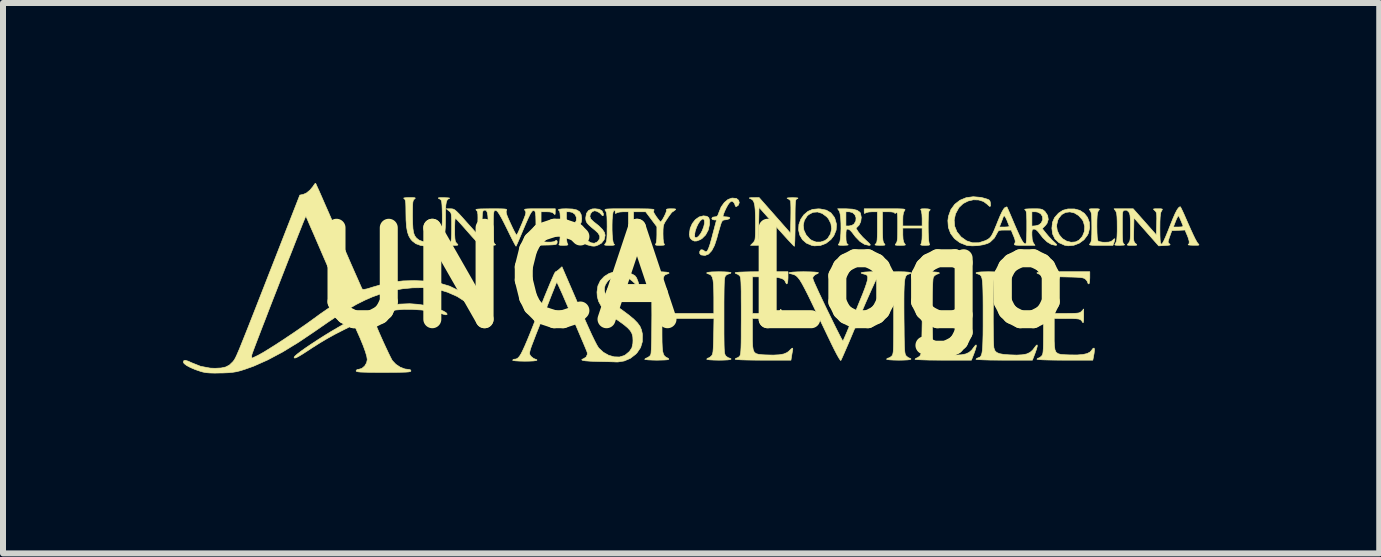
<source format=kicad_pcb>
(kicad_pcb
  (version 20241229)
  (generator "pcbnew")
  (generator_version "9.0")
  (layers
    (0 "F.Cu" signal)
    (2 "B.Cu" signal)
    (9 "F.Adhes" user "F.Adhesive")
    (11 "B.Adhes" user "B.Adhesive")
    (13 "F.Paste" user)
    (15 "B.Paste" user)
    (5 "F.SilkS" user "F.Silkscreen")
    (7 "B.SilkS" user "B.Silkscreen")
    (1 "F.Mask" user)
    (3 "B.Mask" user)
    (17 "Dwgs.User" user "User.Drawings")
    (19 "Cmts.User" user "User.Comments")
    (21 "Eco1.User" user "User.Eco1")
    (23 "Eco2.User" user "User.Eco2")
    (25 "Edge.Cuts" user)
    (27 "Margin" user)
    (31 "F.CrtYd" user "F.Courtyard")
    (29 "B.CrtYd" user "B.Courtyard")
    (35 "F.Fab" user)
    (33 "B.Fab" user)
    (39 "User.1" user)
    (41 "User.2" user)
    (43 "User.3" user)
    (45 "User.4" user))
  (footprint "UNCA Logo"
    (layer "F.Cu")
    (at 8.472 1.58)
    (property "Reference" "UNCA Logo" (at 0 0 0) (layer "F.SilkS") (effects (font (size 1.524 1.524) (thickness 0.3))))
    (attr through_hole)
    (fp_poly (pts (xy 0.257 -1.026) (xy 0.289 -1.003) (xy 0.302 -0.958) (xy 0.301 -0.89) (xy 0.28 -0.797) (xy 0.236 -0.715) (xy 0.175 -0.654) (xy 0.144 -0.636) (xy 0.09 -0.615) (xy 0.05 -0.613) (xy 0.012 -0.63) (xy 0.004 -0.636) (xy -0.022 -0.663) (xy -0.032 -0.703) (xy -0.033 -0.724) (xy 0.053 -0.724) (xy 0.055 -0.683) (xy 0.061 -0.672) (xy 0.086 -0.669) (xy 0.117 -0.691) (xy 0.152 -0.735) (xy 0.179 -0.785) (xy 0.205 -0.853) (xy 0.218 -0.911) (xy 0.217 -0.954) (xy 0.205 -0.979) (xy 0.182 -0.98) (xy 0.148 -0.953) (xy 0.147 -0.952) (xy 0.114 -0.904) (xy 0.085 -0.844) (xy 0.063 -0.781) (xy 0.053 -0.724) (xy -0.033 -0.724) (xy -0.034 -0.738) (xy -0.021 -0.825) (xy 0.014 -0.905) (xy 0.065 -0.97) (xy 0.128 -1.015) (xy 0.197 -1.033) (xy 0.202 -1.033) (xy 0.257 -1.026)) (stroke (width 0.01) (type solid)) (fill yes) (layer "F.SilkS"))
    (fp_poly (pts (xy 2.149 -1.148) (xy 2.248 -1.128) (xy 2.324 -1.083) (xy 2.379 -1.012) (xy 2.389 -0.992) (xy 2.417 -0.894) (xy 2.411 -0.796) (xy 2.373 -0.703) (xy 2.323 -0.638) (xy 2.242 -0.575) (xy 2.148 -0.539) (xy 2.048 -0.533) (xy 2.004 -0.541) (xy 1.917 -0.578) (xy 1.85 -0.636) (xy 1.806 -0.711) (xy 1.785 -0.797) (xy 1.79 -0.877) (xy 1.863 -0.877) (xy 1.874 -0.793) (xy 1.911 -0.715) (xy 1.973 -0.646) (xy 2.005 -0.624) (xy 2.075 -0.597) (xy 2.152 -0.597) (xy 2.224 -0.621) (xy 2.271 -0.657) (xy 2.318 -0.733) (xy 2.336 -0.818) (xy 2.324 -0.904) (xy 2.283 -0.985) (xy 2.254 -1.018) (xy 2.18 -1.073) (xy 2.102 -1.098) (xy 2.025 -1.092) (xy 1.955 -1.055) (xy 1.928 -1.031) (xy 1.881 -0.958) (xy 1.863 -0.877) (xy 1.79 -0.877) (xy 1.79 -0.887) (xy 1.822 -0.977) (xy 1.873 -1.05) (xy 1.941 -1.108) (xy 2.018 -1.141) (xy 2.113 -1.15) (xy 2.149 -1.148)) (stroke (width 0.01) (type solid)) (fill yes) (layer "F.SilkS"))
    (fp_poly (pts (xy 6.383 -1.148) (xy 6.473 -1.124) (xy 6.547 -1.075) (xy 6.6 -1.007) (xy 6.631 -0.925) (xy 6.636 -0.834) (xy 6.613 -0.74) (xy 6.598 -0.71) (xy 6.541 -0.635) (xy 6.463 -0.578) (xy 6.372 -0.543) (xy 6.278 -0.534) (xy 6.217 -0.544) (xy 6.124 -0.586) (xy 6.057 -0.649) (xy 6.018 -0.732) (xy 6.006 -0.828) (xy 6.011 -0.871) (xy 6.084 -0.871) (xy 6.096 -0.788) (xy 6.13 -0.715) (xy 6.183 -0.653) (xy 6.252 -0.612) (xy 6.326 -0.593) (xy 6.4 -0.599) (xy 6.458 -0.628) (xy 6.515 -0.692) (xy 6.547 -0.771) (xy 6.553 -0.856) (xy 6.531 -0.937) (xy 6.515 -0.967) (xy 6.452 -1.038) (xy 6.38 -1.082) (xy 6.306 -1.099) (xy 6.234 -1.09) (xy 6.17 -1.055) (xy 6.12 -0.993) (xy 6.104 -0.959) (xy 6.084 -0.871) (xy 6.011 -0.871) (xy 6.016 -0.925) (xy 6.051 -1.004) (xy 6.115 -1.076) (xy 6.12 -1.08) (xy 6.19 -1.126) (xy 6.273 -1.148) (xy 6.375 -1.148) (xy 6.383 -1.148)) (stroke (width 0.01) (type solid)) (fill yes) (layer "F.SilkS"))
    (fp_poly (pts (xy 6.768 -1.151) (xy 6.795 -1.147) (xy 6.798 -1.138) (xy 6.785 -1.121) (xy 6.784 -1.121) (xy 6.773 -1.102) (xy 6.765 -1.073) (xy 6.76 -1.028) (xy 6.757 -0.961) (xy 6.756 -0.866) (xy 6.756 -0.861) (xy 6.758 -0.751) (xy 6.762 -0.673) (xy 6.77 -0.627) (xy 6.777 -0.613) (xy 6.804 -0.602) (xy 6.853 -0.594) (xy 6.893 -0.593) (xy 6.955 -0.596) (xy 6.995 -0.608) (xy 7.019 -0.627) (xy 7.046 -0.652) (xy 7.056 -0.648) (xy 7.049 -0.616) (xy 7.043 -0.595) (xy 7.024 -0.542) (xy 6.82 -0.542) (xy 6.734 -0.542) (xy 6.678 -0.543) (xy 6.646 -0.547) (xy 6.633 -0.552) (xy 6.635 -0.562) (xy 6.644 -0.573) (xy 6.655 -0.591) (xy 6.663 -0.618) (xy 6.668 -0.662) (xy 6.671 -0.726) (xy 6.672 -0.817) (xy 6.672 -0.847) (xy 6.671 -0.946) (xy 6.669 -1.017) (xy 6.665 -1.065) (xy 6.657 -1.097) (xy 6.647 -1.116) (xy 6.644 -1.121) (xy 6.63 -1.138) (xy 6.633 -1.147) (xy 6.659 -1.151) (xy 6.713 -1.151) (xy 6.714 -1.151) (xy 6.768 -1.151)) (stroke (width 0.01) (type solid)) (fill yes) (layer "F.SilkS"))
    (fp_poly (pts (xy 2.682 -1.145) (xy 2.76 -1.126) (xy 2.807 -1.093) (xy 2.817 -1.075) (xy 2.83 -1.007) (xy 2.821 -0.937) (xy 2.794 -0.88) (xy 2.785 -0.87) (xy 2.742 -0.827) (xy 2.777 -0.77) (xy 2.808 -0.73) (xy 2.854 -0.678) (xy 2.906 -0.628) (xy 2.953 -0.584) (xy 2.977 -0.559) (xy 2.98 -0.546) (xy 2.967 -0.542) (xy 2.955 -0.542) (xy 2.885 -0.558) (xy 2.809 -0.606) (xy 2.732 -0.685) (xy 2.677 -0.758) (xy 2.645 -0.793) (xy 2.613 -0.812) (xy 2.607 -0.813) (xy 2.589 -0.809) (xy 2.579 -0.794) (xy 2.575 -0.759) (xy 2.574 -0.699) (xy 2.574 -0.695) (xy 2.576 -0.629) (xy 2.582 -0.589) (xy 2.595 -0.566) (xy 2.603 -0.56) (xy 2.613 -0.55) (xy 2.596 -0.545) (xy 2.55 -0.543) (xy 2.533 -0.542) (xy 2.478 -0.543) (xy 2.452 -0.546) (xy 2.447 -0.555) (xy 2.46 -0.572) (xy 2.461 -0.573) (xy 2.474 -0.604) (xy 2.483 -0.661) (xy 2.489 -0.736) (xy 2.492 -0.821) (xy 2.491 -0.908) (xy 2.487 -0.99) (xy 2.479 -1.057) (xy 2.469 -1.101) (xy 2.574 -1.101) (xy 2.574 -0.864) (xy 2.625 -0.864) (xy 2.674 -0.875) (xy 2.709 -0.897) (xy 2.739 -0.947) (xy 2.743 -1.001) (xy 2.724 -1.051) (xy 2.685 -1.087) (xy 2.632 -1.101) (xy 2.574 -1.101) (xy 2.469 -1.101) (xy 2.468 -1.103) (xy 2.463 -1.114) (xy 2.436 -1.151) (xy 2.574 -1.151) (xy 2.682 -1.145)) (stroke (width 0.01) (type solid)) (fill yes) (layer "F.SilkS"))
    (fp_poly (pts (xy 0.744 -1.324) (xy 0.751 -1.322) (xy 0.786 -1.293) (xy 0.797 -1.252) (xy 0.78 -1.21) (xy 0.776 -1.206) (xy 0.747 -1.187) (xy 0.73 -1.196) (xy 0.728 -1.21) (xy 0.717 -1.24) (xy 0.701 -1.261) (xy 0.679 -1.278) (xy 0.659 -1.274) (xy 0.633 -1.251) (xy 0.61 -1.22) (xy 0.582 -1.171) (xy 0.555 -1.114) (xy 0.534 -1.062) (xy 0.525 -1.026) (xy 0.525 -1.024) (xy 0.54 -1.019) (xy 0.577 -1.016) (xy 0.586 -1.016) (xy 0.628 -1.01) (xy 0.64 -0.997) (xy 0.625 -0.982) (xy 0.585 -0.97) (xy 0.571 -0.968) (xy 0.538 -0.964) (xy 0.517 -0.953) (xy 0.501 -0.928) (xy 0.485 -0.882) (xy 0.476 -0.85) (xy 0.455 -0.778) (xy 0.435 -0.707) (xy 0.423 -0.66) (xy 0.384 -0.541) (xy 0.338 -0.453) (xy 0.285 -0.396) (xy 0.226 -0.373) (xy 0.16 -0.382) (xy 0.157 -0.384) (xy 0.138 -0.406) (xy 0.138 -0.439) (xy 0.155 -0.465) (xy 0.16 -0.468) (xy 0.191 -0.465) (xy 0.214 -0.449) (xy 0.234 -0.435) (xy 0.252 -0.436) (xy 0.269 -0.456) (xy 0.288 -0.498) (xy 0.311 -0.565) (xy 0.338 -0.661) (xy 0.352 -0.716) (xy 0.418 -0.965) (xy 0.378 -0.965) (xy 0.346 -0.975) (xy 0.339 -0.991) (xy 0.354 -1.011) (xy 0.387 -1.016) (xy 0.419 -1.02) (xy 0.439 -1.04) (xy 0.455 -1.083) (xy 0.456 -1.086) (xy 0.495 -1.181) (xy 0.548 -1.255) (xy 0.609 -1.306) (xy 0.676 -1.33) (xy 0.744 -1.324)) (stroke (width 0.01) (type solid)) (fill yes) (layer "F.SilkS"))
    (fp_poly (pts (xy 3.548 -0.1) (xy 3.614 -0.095) (xy 3.651 -0.088) (xy 3.658 -0.078) (xy 3.633 -0.066) (xy 3.616 -0.061) (xy 3.596 -0.053) (xy 3.58 -0.039) (xy 3.567 -0.016) (xy 3.557 0.02) (xy 3.55 0.072) (xy 3.545 0.142) (xy 3.542 0.233) (xy 3.541 0.35) (xy 3.541 0.494) (xy 3.542 0.668) (xy 3.542 0.677) (xy 3.544 0.834) (xy 3.545 0.962) (xy 3.547 1.062) (xy 3.549 1.139) (xy 3.552 1.196) (xy 3.556 1.237) (xy 3.561 1.265) (xy 3.567 1.284) (xy 3.575 1.296) (xy 3.58 1.302) (xy 3.611 1.328) (xy 3.635 1.338) (xy 3.656 1.348) (xy 3.658 1.355) (xy 3.641 1.362) (xy 3.595 1.368) (xy 3.523 1.371) (xy 3.454 1.372) (xy 3.365 1.37) (xy 3.299 1.366) (xy 3.26 1.36) (xy 3.251 1.355) (xy 3.265 1.34) (xy 3.277 1.338) (xy 3.307 1.327) (xy 3.336 1.304) (xy 3.345 1.294) (xy 3.352 1.281) (xy 3.357 1.262) (xy 3.362 1.234) (xy 3.365 1.193) (xy 3.367 1.135) (xy 3.368 1.058) (xy 3.369 0.958) (xy 3.37 0.831) (xy 3.37 0.675) (xy 3.37 0.629) (xy 3.37 0.464) (xy 3.369 0.33) (xy 3.368 0.223) (xy 3.367 0.14) (xy 3.365 0.078) (xy 3.362 0.033) (xy 3.358 0.002) (xy 3.353 -0.019) (xy 3.346 -0.031) (xy 3.339 -0.04) (xy 3.303 -0.062) (xy 3.28 -0.068) (xy 3.255 -0.076) (xy 3.251 -0.085) (xy 3.267 -0.092) (xy 3.314 -0.098) (xy 3.386 -0.101) (xy 3.454 -0.102) (xy 3.548 -0.1)) (stroke (width 0.01) (type solid)) (fill yes) (layer "F.SilkS"))
    (fp_poly (pts (xy 1.389 -1.041) (xy 1.651 -0.744) (xy 1.656 -1.002) (xy 1.657 -1.094) (xy 1.657 -1.174) (xy 1.655 -1.236) (xy 1.653 -1.274) (xy 1.652 -1.282) (xy 1.631 -1.306) (xy 1.605 -1.32) (xy 1.593 -1.328) (xy 1.608 -1.333) (xy 1.653 -1.335) (xy 1.685 -1.336) (xy 1.745 -1.334) (xy 1.774 -1.331) (xy 1.774 -1.324) (xy 1.765 -1.32) (xy 1.753 -1.315) (xy 1.744 -1.306) (xy 1.737 -1.29) (xy 1.733 -1.263) (xy 1.73 -1.22) (xy 1.728 -1.156) (xy 1.727 -1.069) (xy 1.727 -0.953) (xy 1.727 -0.915) (xy 1.727 -0.804) (xy 1.725 -0.706) (xy 1.723 -0.624) (xy 1.72 -0.564) (xy 1.717 -0.531) (xy 1.714 -0.526) (xy 1.7 -0.538) (xy 1.667 -0.573) (xy 1.617 -0.626) (xy 1.555 -0.694) (xy 1.482 -0.775) (xy 1.414 -0.851) (xy 1.126 -1.175) (xy 1.121 -0.914) (xy 1.12 -0.801) (xy 1.12 -0.717) (xy 1.122 -0.657) (xy 1.128 -0.616) (xy 1.138 -0.59) (xy 1.153 -0.574) (xy 1.172 -0.563) (xy 1.188 -0.553) (xy 1.181 -0.547) (xy 1.147 -0.544) (xy 1.097 -0.543) (xy 0.984 -0.542) (xy 1.025 -0.583) (xy 1.04 -0.6) (xy 1.051 -0.617) (xy 1.059 -0.641) (xy 1.063 -0.677) (xy 1.066 -0.731) (xy 1.067 -0.808) (xy 1.067 -0.911) (xy 1.066 -1.037) (xy 1.062 -1.134) (xy 1.055 -1.205) (xy 1.043 -1.255) (xy 1.027 -1.289) (xy 1.004 -1.309) (xy 0.985 -1.318) (xy 0.964 -1.328) (xy 0.966 -1.333) (xy 0.997 -1.336) (xy 1.033 -1.336) (xy 1.127 -1.338) (xy 1.389 -1.041)) (stroke (width 0.01) (type solid)) (fill yes) (layer "F.SilkS"))
    (fp_poly (pts (xy 4.022 -0.1) (xy 4.088 -0.095) (xy 4.125 -0.088) (xy 4.132 -0.077) (xy 4.106 -0.065) (xy 4.089 -0.061) (xy 4.049 -0.036) (xy 4.03 -0.007) (xy 4.025 0.023) (xy 4.021 0.082) (xy 4.018 0.164) (xy 4.015 0.265) (xy 4.014 0.38) (xy 4.013 0.503) (xy 4.013 0.63) (xy 4.014 0.755) (xy 4.016 0.873) (xy 4.018 0.979) (xy 4.022 1.069) (xy 4.026 1.136) (xy 4.03 1.177) (xy 4.032 1.183) (xy 4.05 1.221) (xy 4.078 1.247) (xy 4.121 1.265) (xy 4.185 1.276) (xy 4.277 1.283) (xy 4.286 1.283) (xy 4.407 1.287) (xy 4.499 1.282) (xy 4.57 1.268) (xy 4.625 1.243) (xy 4.67 1.204) (xy 4.71 1.151) (xy 4.734 1.121) (xy 4.746 1.119) (xy 4.746 1.143) (xy 4.733 1.191) (xy 4.712 1.251) (xy 4.665 1.372) (xy 4.195 1.372) (xy 4.07 1.371) (xy 3.958 1.37) (xy 3.863 1.367) (xy 3.79 1.364) (xy 3.743 1.361) (xy 3.725 1.357) (xy 3.725 1.357) (xy 3.74 1.341) (xy 3.766 1.331) (xy 3.805 1.305) (xy 3.825 1.268) (xy 3.83 1.237) (xy 3.834 1.177) (xy 3.838 1.094) (xy 3.84 0.991) (xy 3.842 0.875) (xy 3.844 0.749) (xy 3.844 0.618) (xy 3.844 0.489) (xy 3.843 0.364) (xy 3.841 0.25) (xy 3.839 0.15) (xy 3.836 0.071) (xy 3.832 0.016) (xy 3.828 -0.007) (xy 3.799 -0.045) (xy 3.768 -0.061) (xy 3.731 -0.073) (xy 3.726 -0.084) (xy 3.752 -0.093) (xy 3.808 -0.099) (xy 3.892 -0.101) (xy 3.929 -0.102) (xy 4.022 -0.1)) (stroke (width 0.01) (type solid)) (fill yes) (layer "F.SilkS"))
    (fp_poly (pts (xy 5.038 -0.1) (xy 5.104 -0.095) (xy 5.141 -0.088) (xy 5.148 -0.077) (xy 5.122 -0.065) (xy 5.105 -0.061) (xy 5.065 -0.036) (xy 5.046 -0.007) (xy 5.042 0.02) (xy 5.038 0.076) (xy 5.035 0.155) (xy 5.033 0.254) (xy 5.031 0.366) (xy 5.03 0.487) (xy 5.029 0.612) (xy 5.029 0.736) (xy 5.03 0.853) (xy 5.031 0.959) (xy 5.033 1.05) (xy 5.036 1.119) (xy 5.039 1.161) (xy 5.04 1.167) (xy 5.055 1.211) (xy 5.084 1.242) (xy 5.132 1.263) (xy 5.204 1.276) (xy 5.299 1.283) (xy 5.42 1.287) (xy 5.513 1.282) (xy 5.584 1.269) (xy 5.639 1.244) (xy 5.684 1.206) (xy 5.725 1.153) (xy 5.726 1.151) (xy 5.75 1.121) (xy 5.762 1.119) (xy 5.762 1.143) (xy 5.749 1.191) (xy 5.728 1.251) (xy 5.681 1.372) (xy 5.211 1.372) (xy 5.086 1.371) (xy 4.974 1.37) (xy 4.879 1.367) (xy 4.806 1.364) (xy 4.759 1.361) (xy 4.741 1.357) (xy 4.741 1.357) (xy 4.756 1.341) (xy 4.782 1.331) (xy 4.801 1.324) (xy 4.817 1.312) (xy 4.83 1.29) (xy 4.84 1.257) (xy 4.848 1.209) (xy 4.853 1.143) (xy 4.856 1.056) (xy 4.859 0.944) (xy 4.86 0.806) (xy 4.86 0.636) (xy 4.86 0.625) (xy 4.86 0.457) (xy 4.859 0.319) (xy 4.857 0.209) (xy 4.854 0.123) (xy 4.849 0.059) (xy 4.842 0.012) (xy 4.832 -0.02) (xy 4.819 -0.041) (xy 4.804 -0.053) (xy 4.784 -0.061) (xy 4.781 -0.062) (xy 4.745 -0.074) (xy 4.742 -0.084) (xy 4.769 -0.093) (xy 4.825 -0.099) (xy 4.909 -0.101) (xy 4.945 -0.102) (xy 5.038 -0.1)) (stroke (width 0.01) (type solid)) (fill yes) (layer "F.SilkS"))
    (fp_poly (pts (xy -4.64 -1.337) (xy -4.608 -1.334) (xy -4.601 -1.328) (xy -4.612 -1.316) (xy -4.615 -1.314) (xy -4.628 -1.302) (xy -4.637 -1.284) (xy -4.643 -1.255) (xy -4.646 -1.21) (xy -4.647 -1.142) (xy -4.648 -1.047) (xy -4.648 -1.03) (xy -4.646 -0.912) (xy -4.641 -0.822) (xy -4.631 -0.755) (xy -4.614 -0.706) (xy -4.589 -0.67) (xy -4.555 -0.64) (xy -4.533 -0.626) (xy -4.459 -0.599) (xy -4.375 -0.595) (xy -4.295 -0.614) (xy -4.27 -0.627) (xy -4.226 -0.661) (xy -4.193 -0.704) (xy -4.171 -0.761) (xy -4.158 -0.837) (xy -4.152 -0.937) (xy -4.152 -1.053) (xy -4.154 -1.148) (xy -4.157 -1.214) (xy -4.161 -1.258) (xy -4.167 -1.286) (xy -4.177 -1.301) (xy -4.191 -1.312) (xy -4.199 -1.316) (xy -4.218 -1.327) (xy -4.217 -1.333) (xy -4.191 -1.336) (xy -4.136 -1.336) (xy -4.123 -1.336) (xy -4.069 -1.334) (xy -4.036 -1.331) (xy -4.029 -1.327) (xy -4.03 -1.326) (xy -4.055 -1.313) (xy -4.073 -1.293) (xy -4.085 -1.26) (xy -4.093 -1.21) (xy -4.097 -1.136) (xy -4.098 -1.035) (xy -4.098 -1.014) (xy -4.099 -0.921) (xy -4.102 -0.837) (xy -4.107 -0.77) (xy -4.113 -0.725) (xy -4.116 -0.717) (xy -4.158 -0.645) (xy -4.222 -0.585) (xy -4.252 -0.567) (xy -4.31 -0.547) (xy -4.384 -0.535) (xy -4.46 -0.533) (xy -4.513 -0.54) (xy -4.592 -0.569) (xy -4.652 -0.615) (xy -4.681 -0.649) (xy -4.711 -0.701) (xy -4.733 -0.767) (xy -4.748 -0.853) (xy -4.756 -0.964) (xy -4.758 -1.094) (xy -4.759 -1.183) (xy -4.761 -1.244) (xy -4.766 -1.283) (xy -4.774 -1.305) (xy -4.785 -1.318) (xy -4.788 -1.319) (xy -4.796 -1.329) (xy -4.777 -1.334) (xy -4.73 -1.337) (xy -4.7 -1.337) (xy -4.64 -1.337)) (stroke (width 0.01) (type solid)) (fill yes) (layer "F.SilkS"))
    (fp_poly (pts (xy 6.638 0) (xy 6.635 0.054) (xy 6.629 0.091) (xy 6.621 0.102) (xy 6.605 0.088) (xy 6.604 0.079) (xy 6.592 0.052) (xy 6.568 0.024) (xy 6.55 0.011) (xy 6.525 0.001) (xy 6.486 -0.005) (xy 6.428 -0.01) (xy 6.346 -0.013) (xy 6.289 -0.014) (xy 6.045 -0.02) (xy 6.045 0.593) (xy 6.256 0.593) (xy 6.345 0.592) (xy 6.406 0.59) (xy 6.447 0.586) (xy 6.473 0.578) (xy 6.492 0.566) (xy 6.502 0.556) (xy 6.536 0.519) (xy 6.536 0.645) (xy 6.535 0.707) (xy 6.531 0.74) (xy 6.525 0.748) (xy 6.516 0.737) (xy 6.501 0.713) (xy 6.482 0.697) (xy 6.453 0.686) (xy 6.409 0.681) (xy 6.343 0.678) (xy 6.253 0.678) (xy 6.045 0.677) (xy 6.045 0.938) (xy 6.045 1.053) (xy 6.049 1.138) (xy 6.058 1.199) (xy 6.076 1.239) (xy 6.108 1.263) (xy 6.155 1.276) (xy 6.222 1.281) (xy 6.302 1.284) (xy 6.428 1.285) (xy 6.524 1.277) (xy 6.595 1.261) (xy 6.643 1.235) (xy 6.665 1.21) (xy 6.693 1.174) (xy 6.71 1.17) (xy 6.716 1.197) (xy 6.71 1.256) (xy 6.696 1.333) (xy 6.688 1.372) (xy 6.223 1.372) (xy 6.071 1.371) (xy 5.948 1.369) (xy 5.854 1.366) (xy 5.791 1.362) (xy 5.76 1.357) (xy 5.757 1.355) (xy 5.771 1.339) (xy 5.78 1.338) (xy 5.807 1.326) (xy 5.835 1.302) (xy 5.843 1.291) (xy 5.85 1.277) (xy 5.856 1.256) (xy 5.86 1.224) (xy 5.863 1.179) (xy 5.865 1.117) (xy 5.866 1.034) (xy 5.867 0.928) (xy 5.867 0.794) (xy 5.867 0.635) (xy 5.867 0.472) (xy 5.867 0.339) (xy 5.866 0.233) (xy 5.865 0.151) (xy 5.863 0.089) (xy 5.86 0.045) (xy 5.855 0.013) (xy 5.85 -0.008) (xy 5.843 -0.022) (xy 5.835 -0.032) (xy 5.804 -0.058) (xy 5.78 -0.068) (xy 5.759 -0.078) (xy 5.757 -0.085) (xy 5.774 -0.09) (xy 5.823 -0.095) (xy 5.903 -0.098) (xy 6.014 -0.101) (xy 6.152 -0.102) (xy 6.198 -0.102) (xy 6.638 -0.102) (xy 6.638 0)) (stroke (width 0.01) (type solid)) (fill yes) (layer "F.SilkS"))
    (fp_poly (pts (xy -4.558 0.441) (xy -4.463 0.455) (xy -4.368 0.476) (xy -4.278 0.5) (xy -4.198 0.527) (xy -4.133 0.554) (xy -4.089 0.58) (xy -4.072 0.602) (xy -4.073 0.611) (xy -4.094 0.616) (xy -4.124 0.609) (xy -4.231 0.577) (xy -4.361 0.552) (xy -4.504 0.535) (xy -4.651 0.526) (xy -4.793 0.525) (xy -4.918 0.535) (xy -4.959 0.541) (xy -5.033 0.558) (xy -5.109 0.579) (xy -5.181 0.604) (xy -5.241 0.628) (xy -5.283 0.651) (xy -5.3 0.668) (xy -5.3 0.668) (xy -5.293 0.693) (xy -5.274 0.744) (xy -5.246 0.813) (xy -5.211 0.896) (xy -5.171 0.987) (xy -5.129 1.081) (xy -5.087 1.171) (xy -5.049 1.252) (xy -5.016 1.319) (xy -4.992 1.365) (xy -4.983 1.38) (xy -4.926 1.44) (xy -4.854 1.488) (xy -4.776 1.518) (xy -4.729 1.524) (xy -4.687 1.53) (xy -4.674 1.549) (xy -4.677 1.557) (xy -4.691 1.563) (xy -4.718 1.568) (xy -4.762 1.571) (xy -4.827 1.573) (xy -4.916 1.574) (xy -5.033 1.575) (xy -5.131 1.575) (xy -5.269 1.575) (xy -5.376 1.574) (xy -5.457 1.572) (xy -5.515 1.57) (xy -5.554 1.566) (xy -5.576 1.561) (xy -5.586 1.555) (xy -5.588 1.549) (xy -5.573 1.529) (xy -5.544 1.524) (xy -5.492 1.509) (xy -5.445 1.469) (xy -5.413 1.415) (xy -5.402 1.362) (xy -5.41 1.31) (xy -5.433 1.231) (xy -5.47 1.129) (xy -5.521 1.005) (xy -5.571 0.893) (xy -5.622 0.779) (xy -5.796 0.866) (xy -5.937 0.938) (xy -6.064 1.008) (xy -6.19 1.083) (xy -6.326 1.169) (xy -6.394 1.214) (xy -6.481 1.27) (xy -6.544 1.308) (xy -6.586 1.33) (xy -6.611 1.337) (xy -6.62 1.329) (xy -6.621 1.324) (xy -6.607 1.304) (xy -6.567 1.269) (xy -6.506 1.222) (xy -6.427 1.166) (xy -6.334 1.103) (xy -6.23 1.035) (xy -6.12 0.965) (xy -6.008 0.896) (xy -5.897 0.831) (xy -5.791 0.77) (xy -5.694 0.718) (xy -5.663 0.702) (xy -5.443 0.599) (xy -5.241 0.521) (xy -5.051 0.468) (xy -4.871 0.438) (xy -4.696 0.431) (xy -4.558 0.441)) (stroke (width 0.01) (type solid)) (fill yes) (layer "F.SilkS"))
    (fp_poly (pts (xy 3.13 -0.1) (xy 3.195 -0.096) (xy 3.227 -0.088) (xy 3.228 -0.078) (xy 3.196 -0.064) (xy 3.18 -0.059) (xy 3.124 -0.026) (xy 3.081 0.025) (xy 3.064 0.056) (xy 3.037 0.114) (xy 3 0.195) (xy 2.955 0.297) (xy 2.903 0.414) (xy 2.847 0.545) (xy 2.789 0.683) (xy 2.77 0.728) (xy 2.711 0.866) (xy 2.657 0.995) (xy 2.608 1.11) (xy 2.565 1.209) (xy 2.53 1.289) (xy 2.505 1.345) (xy 2.491 1.374) (xy 2.489 1.378) (xy 2.478 1.368) (xy 2.454 1.332) (xy 2.421 1.273) (xy 2.381 1.196) (xy 2.336 1.105) (xy 2.325 1.082) (xy 2.269 0.966) (xy 2.204 0.83) (xy 2.135 0.686) (xy 2.067 0.545) (xy 2.006 0.418) (xy 2.006 0.418) (xy 1.941 0.284) (xy 1.887 0.178) (xy 1.843 0.096) (xy 1.806 0.035) (xy 1.773 -0.007) (xy 1.743 -0.036) (xy 1.713 -0.052) (xy 1.684 -0.061) (xy 1.638 -0.072) (xy 1.624 -0.082) (xy 1.642 -0.09) (xy 1.689 -0.096) (xy 1.765 -0.1) (xy 1.867 -0.102) (xy 1.871 -0.102) (xy 1.972 -0.1) (xy 2.049 -0.097) (xy 2.098 -0.092) (xy 2.117 -0.085) (xy 2.117 -0.085) (xy 2.103 -0.069) (xy 2.094 -0.068) (xy 2.066 -0.056) (xy 2.042 -0.035) (xy 2.025 -0.014) (xy 2.022 0.007) (xy 2.032 0.04) (xy 2.048 0.079) (xy 2.082 0.154) (xy 2.123 0.244) (xy 2.171 0.345) (xy 2.222 0.453) (xy 2.275 0.563) (xy 2.328 0.671) (xy 2.378 0.774) (xy 2.424 0.866) (xy 2.464 0.945) (xy 2.495 1.005) (xy 2.516 1.042) (xy 2.525 1.053) (xy 2.533 1.035) (xy 2.553 0.99) (xy 2.583 0.921) (xy 2.62 0.832) (xy 2.665 0.726) (xy 2.713 0.609) (xy 2.743 0.539) (xy 2.804 0.389) (xy 2.854 0.267) (xy 2.891 0.17) (xy 2.917 0.095) (xy 2.932 0.039) (xy 2.938 -0.001) (xy 2.934 -0.028) (xy 2.922 -0.045) (xy 2.903 -0.056) (xy 2.878 -0.062) (xy 2.837 -0.073) (xy 2.827 -0.083) (xy 2.847 -0.091) (xy 2.896 -0.097) (xy 2.972 -0.101) (xy 3.031 -0.102) (xy 3.13 -0.1)) (stroke (width 0.01) (type solid)) (fill yes) (layer "F.SilkS"))
    (fp_poly (pts (xy 1.609 0) (xy 1.605 0.06) (xy 1.597 0.094) (xy 1.584 0.101) (xy 1.569 0.076) (xy 1.566 0.066) (xy 1.546 0.034) (xy 1.506 0.011) (xy 1.444 -0.005) (xy 1.356 -0.014) (xy 1.238 -0.017) (xy 1.228 -0.017) (xy 1.016 -0.017) (xy 1.016 0.593) (xy 1.218 0.593) (xy 1.318 0.592) (xy 1.388 0.589) (xy 1.434 0.583) (xy 1.461 0.573) (xy 1.472 0.559) (xy 1.473 0.549) (xy 1.483 0.527) (xy 1.49 0.525) (xy 1.499 0.541) (xy 1.505 0.583) (xy 1.507 0.645) (xy 1.507 0.648) (xy 1.505 0.709) (xy 1.502 0.742) (xy 1.496 0.748) (xy 1.487 0.737) (xy 1.471 0.713) (xy 1.453 0.697) (xy 1.424 0.686) (xy 1.38 0.681) (xy 1.314 0.678) (xy 1.223 0.678) (xy 1.016 0.677) (xy 1.016 0.938) (xy 1.016 1.052) (xy 1.02 1.137) (xy 1.029 1.197) (xy 1.046 1.237) (xy 1.075 1.262) (xy 1.118 1.274) (xy 1.177 1.281) (xy 1.233 1.284) (xy 1.363 1.287) (xy 1.463 1.282) (xy 1.539 1.268) (xy 1.595 1.244) (xy 1.627 1.218) (xy 1.665 1.181) (xy 1.685 1.171) (xy 1.689 1.188) (xy 1.686 1.206) (xy 1.678 1.249) (xy 1.669 1.303) (xy 1.668 1.308) (xy 1.658 1.372) (xy 1.193 1.372) (xy 1.042 1.371) (xy 0.919 1.369) (xy 0.825 1.366) (xy 0.762 1.362) (xy 0.731 1.357) (xy 0.728 1.355) (xy 0.742 1.339) (xy 0.751 1.338) (xy 0.779 1.326) (xy 0.802 1.307) (xy 0.809 1.296) (xy 0.815 1.279) (xy 0.82 1.252) (xy 0.823 1.213) (xy 0.826 1.158) (xy 0.828 1.083) (xy 0.829 0.985) (xy 0.829 0.862) (xy 0.83 0.71) (xy 0.83 0.632) (xy 0.83 0.467) (xy 0.829 0.332) (xy 0.829 0.225) (xy 0.827 0.142) (xy 0.825 0.079) (xy 0.822 0.034) (xy 0.818 0.002) (xy 0.813 -0.018) (xy 0.806 -0.031) (xy 0.799 -0.04) (xy 0.767 -0.062) (xy 0.748 -0.068) (xy 0.729 -0.079) (xy 0.728 -0.085) (xy 0.745 -0.09) (xy 0.794 -0.095) (xy 0.874 -0.098) (xy 0.984 -0.101) (xy 1.123 -0.102) (xy 1.168 -0.102) (xy 1.609 -0.102) (xy 1.609 0)) (stroke (width 0.01) (type solid)) (fill yes) (layer "F.SilkS"))
    (fp_poly (pts (xy 3.345 -1.151) (xy 3.432 -1.151) (xy 3.493 -1.149) (xy 3.532 -1.147) (xy 3.553 -1.142) (xy 3.559 -1.136) (xy 3.556 -1.127) (xy 3.55 -1.121) (xy 3.533 -1.087) (xy 3.524 -1.033) (xy 3.522 -0.977) (xy 3.522 -0.864) (xy 3.844 -0.864) (xy 3.844 -0.987) (xy 3.841 -1.057) (xy 3.833 -1.108) (xy 3.824 -1.131) (xy 3.819 -1.143) (xy 3.838 -1.15) (xy 3.886 -1.151) (xy 3.891 -1.151) (xy 3.941 -1.149) (xy 3.973 -1.141) (xy 3.979 -1.135) (xy 3.966 -1.118) (xy 3.962 -1.118) (xy 3.955 -1.102) (xy 3.95 -1.059) (xy 3.947 -0.996) (xy 3.945 -0.92) (xy 3.945 -0.837) (xy 3.946 -0.754) (xy 3.95 -0.678) (xy 3.954 -0.616) (xy 3.961 -0.575) (xy 3.966 -0.562) (xy 3.97 -0.55) (xy 3.951 -0.544) (xy 3.904 -0.542) (xy 3.895 -0.542) (xy 3.843 -0.543) (xy 3.82 -0.549) (xy 3.822 -0.56) (xy 3.824 -0.562) (xy 3.835 -0.59) (xy 3.842 -0.645) (xy 3.844 -0.706) (xy 3.844 -0.83) (xy 3.522 -0.83) (xy 3.522 -0.717) (xy 3.526 -0.643) (xy 3.537 -0.595) (xy 3.55 -0.573) (xy 3.564 -0.556) (xy 3.561 -0.546) (xy 3.535 -0.543) (xy 3.481 -0.542) (xy 3.48 -0.542) (xy 3.425 -0.543) (xy 3.399 -0.546) (xy 3.396 -0.555) (xy 3.409 -0.572) (xy 3.409 -0.573) (xy 3.421 -0.59) (xy 3.428 -0.618) (xy 3.434 -0.66) (xy 3.436 -0.723) (xy 3.437 -0.813) (xy 3.437 -0.854) (xy 3.437 -0.951) (xy 3.436 -1.019) (xy 3.433 -1.061) (xy 3.428 -1.083) (xy 3.421 -1.088) (xy 3.412 -1.084) (xy 3.391 -1.072) (xy 3.387 -1.082) (xy 3.371 -1.093) (xy 3.325 -1.1) (xy 3.285 -1.101) (xy 3.183 -1.101) (xy 3.183 -0.852) (xy 3.184 -0.752) (xy 3.186 -0.68) (xy 3.19 -0.631) (xy 3.197 -0.598) (xy 3.207 -0.578) (xy 3.211 -0.573) (xy 3.225 -0.556) (xy 3.222 -0.546) (xy 3.197 -0.543) (xy 3.143 -0.542) (xy 3.14 -0.542) (xy 3.085 -0.544) (xy 3.06 -0.548) (xy 3.059 -0.556) (xy 3.069 -0.565) (xy 3.081 -0.578) (xy 3.089 -0.598) (xy 3.094 -0.632) (xy 3.097 -0.685) (xy 3.099 -0.762) (xy 3.099 -0.844) (xy 3.099 -1.101) (xy 3.009 -1.101) (xy 2.954 -1.097) (xy 2.913 -1.088) (xy 2.899 -1.08) (xy 2.884 -1.073) (xy 2.879 -1.093) (xy 2.879 -1.106) (xy 2.879 -1.151) (xy 3.228 -1.151) (xy 3.345 -1.151)) (stroke (width 0.01) (type solid)) (fill yes) (layer "F.SilkS"))
    (fp_poly (pts (xy -1.536 -1.143) (xy -1.491 -1.117) (xy -1.468 -1.071) (xy -1.468 -1.04) (xy -1.483 -1.035) (xy -1.502 -1.056) (xy -1.533 -1.086) (xy -1.579 -1.11) (xy -1.615 -1.118) (xy -1.653 -1.103) (xy -1.683 -1.066) (xy -1.693 -1.024) (xy -1.677 -0.981) (xy -1.631 -0.936) (xy -1.544 -0.867) (xy -1.485 -0.808) (xy -1.451 -0.758) (xy -1.439 -0.712) (xy -1.439 -0.708) (xy -1.455 -0.636) (xy -1.499 -0.579) (xy -1.551 -0.549) (xy -1.591 -0.533) (xy -1.623 -0.528) (xy -1.661 -0.531) (xy -1.716 -0.545) (xy -1.732 -0.549) (xy -1.811 -0.582) (xy -1.883 -0.639) (xy -1.954 -0.723) (xy -1.967 -0.741) (xy -2.005 -0.787) (xy -2.039 -0.811) (xy -2.05 -0.813) (xy -2.067 -0.809) (xy -2.077 -0.794) (xy -2.082 -0.759) (xy -2.083 -0.698) (xy -2.083 -0.698) (xy -2.08 -0.632) (xy -2.072 -0.583) (xy -2.062 -0.562) (xy -2.058 -0.55) (xy -2.077 -0.544) (xy -2.125 -0.542) (xy -2.134 -0.542) (xy -2.186 -0.543) (xy -2.208 -0.549) (xy -2.207 -0.56) (xy -2.205 -0.562) (xy -2.197 -0.585) (xy -2.192 -0.633) (xy -2.187 -0.7) (xy -2.185 -0.779) (xy -2.184 -0.862) (xy -2.184 -0.944) (xy -2.186 -1.017) (xy -2.19 -1.075) (xy -2.195 -1.101) (xy -2.083 -1.101) (xy -2.083 -0.864) (xy -2.033 -0.864) (xy -1.978 -0.878) (xy -1.948 -0.901) (xy -1.919 -0.953) (xy -1.917 -1.007) (xy -1.939 -1.056) (xy -1.982 -1.09) (xy -2.032 -1.101) (xy -2.083 -1.101) (xy -2.195 -1.101) (xy -2.196 -1.11) (xy -2.201 -1.118) (xy -2.218 -1.13) (xy -2.218 -1.135) (xy -2.202 -1.143) (xy -2.159 -1.149) (xy -2.095 -1.151) (xy -2.082 -1.151) (xy -1.981 -1.147) (xy -1.91 -1.131) (xy -1.863 -1.101) (xy -1.838 -1.054) (xy -1.829 -0.989) (xy -1.829 -0.986) (xy -1.836 -0.927) (xy -1.859 -0.883) (xy -1.871 -0.871) (xy -1.899 -0.839) (xy -1.913 -0.816) (xy -1.913 -0.814) (xy -1.903 -0.796) (xy -1.874 -0.761) (xy -1.833 -0.714) (xy -1.816 -0.696) (xy -1.741 -0.625) (xy -1.676 -0.585) (xy -1.62 -0.576) (xy -1.572 -0.597) (xy -1.56 -0.608) (xy -1.528 -0.653) (xy -1.528 -0.7) (xy -1.558 -0.749) (xy -1.603 -0.791) (xy -1.67 -0.846) (xy -1.715 -0.887) (xy -1.742 -0.919) (xy -1.756 -0.948) (xy -1.761 -0.981) (xy -1.761 -1.004) (xy -1.749 -1.075) (xy -1.714 -1.123) (xy -1.654 -1.148) (xy -1.607 -1.151) (xy -1.536 -1.143)) (stroke (width 0.01) (type solid)) (fill yes) (layer "F.SilkS"))
    (fp_poly (pts (xy -0.901 -1.151) (xy -0.799 -1.15) (xy -0.724 -1.149) (xy -0.672 -1.146) (xy -0.641 -1.143) (xy -0.625 -1.137) (xy -0.623 -1.131) (xy -0.625 -1.127) (xy -0.633 -1.108) (xy -0.624 -1.08) (xy -0.596 -1.035) (xy -0.584 -1.017) (xy -0.551 -0.973) (xy -0.526 -0.942) (xy -0.517 -0.931) (xy -0.501 -0.945) (xy -0.477 -0.98) (xy -0.452 -1.026) (xy -0.43 -1.073) (xy -0.417 -1.11) (xy -0.416 -1.124) (xy -0.418 -1.14) (xy -0.401 -1.148) (xy -0.361 -1.151) (xy -0.336 -1.151) (xy -0.285 -1.15) (xy -0.263 -1.146) (xy -0.265 -1.137) (xy -0.278 -1.126) (xy -0.307 -1.105) (xy -0.321 -1.097) (xy -0.335 -1.082) (xy -0.363 -1.045) (xy -0.398 -0.995) (xy -0.403 -0.987) (xy -0.437 -0.936) (xy -0.458 -0.896) (xy -0.469 -0.858) (xy -0.473 -0.809) (xy -0.474 -0.738) (xy -0.474 -0.732) (xy -0.472 -0.649) (xy -0.465 -0.591) (xy -0.454 -0.562) (xy -0.454 -0.562) (xy -0.449 -0.55) (xy -0.468 -0.544) (xy -0.516 -0.542) (xy -0.525 -0.542) (xy -0.577 -0.543) (xy -0.6 -0.549) (xy -0.598 -0.56) (xy -0.596 -0.562) (xy -0.585 -0.591) (xy -0.578 -0.647) (xy -0.576 -0.717) (xy -0.576 -0.852) (xy -0.669 -0.976) (xy -0.763 -1.101) (xy -0.965 -1.101) (xy -0.965 -0.859) (xy -0.964 -0.757) (xy -0.962 -0.683) (xy -0.957 -0.632) (xy -0.949 -0.599) (xy -0.939 -0.58) (xy -0.925 -0.558) (xy -0.927 -0.547) (xy -0.95 -0.543) (xy -0.999 -0.542) (xy -1.011 -0.542) (xy -1.064 -0.544) (xy -1.087 -0.549) (xy -1.084 -0.557) (xy -1.079 -0.56) (xy -1.068 -0.57) (xy -1.06 -0.588) (xy -1.055 -0.62) (xy -1.052 -0.67) (xy -1.05 -0.744) (xy -1.05 -0.839) (xy -1.05 -1.101) (xy -1.14 -1.101) (xy -1.194 -1.097) (xy -1.236 -1.088) (xy -1.25 -1.08) (xy -1.265 -1.072) (xy -1.27 -1.092) (xy -1.27 -1.099) (xy -1.273 -1.126) (xy -1.288 -1.124) (xy -1.295 -1.118) (xy -1.307 -1.091) (xy -1.315 -1.039) (xy -1.321 -0.968) (xy -1.323 -0.885) (xy -1.323 -0.799) (xy -1.32 -0.717) (xy -1.314 -0.646) (xy -1.305 -0.593) (xy -1.294 -0.568) (xy -1.282 -0.554) (xy -1.289 -0.546) (xy -1.319 -0.542) (xy -1.365 -0.542) (xy -1.418 -0.543) (xy -1.444 -0.546) (xy -1.447 -0.556) (xy -1.433 -0.573) (xy -1.422 -0.591) (xy -1.414 -0.618) (xy -1.409 -0.662) (xy -1.406 -0.726) (xy -1.406 -0.817) (xy -1.405 -0.847) (xy -1.406 -0.946) (xy -1.408 -1.017) (xy -1.413 -1.065) (xy -1.42 -1.097) (xy -1.43 -1.116) (xy -1.433 -1.121) (xy -1.441 -1.13) (xy -1.441 -1.137) (xy -1.431 -1.143) (xy -1.406 -1.147) (xy -1.364 -1.149) (xy -1.299 -1.151) (xy -1.21 -1.151) (xy -1.092 -1.151) (xy -1.033 -1.151) (xy -0.901 -1.151)) (stroke (width 0.01) (type solid)) (fill yes) (layer "F.SilkS"))
    (fp_poly (pts (xy 0.546 -0.1) (xy 0.612 -0.096) (xy 0.651 -0.09) (xy 0.66 -0.085) (xy 0.646 -0.071) (xy 0.629 -0.068) (xy 0.594 -0.056) (xy 0.57 -0.037) (xy 0.563 -0.026) (xy 0.557 -0.009) (xy 0.552 0.018) (xy 0.548 0.057) (xy 0.546 0.113) (xy 0.544 0.188) (xy 0.543 0.286) (xy 0.542 0.41) (xy 0.542 0.563) (xy 0.542 0.632) (xy 0.542 0.796) (xy 0.542 0.929) (xy 0.543 1.036) (xy 0.544 1.118) (xy 0.546 1.18) (xy 0.549 1.225) (xy 0.553 1.257) (xy 0.559 1.277) (xy 0.565 1.291) (xy 0.574 1.302) (xy 0.576 1.304) (xy 0.609 1.329) (xy 0.635 1.338) (xy 0.658 1.347) (xy 0.66 1.355) (xy 0.644 1.362) (xy 0.598 1.368) (xy 0.526 1.371) (xy 0.457 1.372) (xy 0.368 1.37) (xy 0.302 1.366) (xy 0.263 1.36) (xy 0.254 1.355) (xy 0.268 1.339) (xy 0.277 1.338) (xy 0.304 1.326) (xy 0.332 1.302) (xy 0.344 1.286) (xy 0.353 1.263) (xy 0.359 1.229) (xy 0.363 1.179) (xy 0.366 1.107) (xy 0.369 1.007) (xy 0.37 0.972) (xy 0.375 0.677) (xy -0.491 0.677) (xy -0.491 0.953) (xy -0.49 1.071) (xy -0.486 1.161) (xy -0.479 1.226) (xy -0.467 1.271) (xy -0.45 1.301) (xy -0.426 1.321) (xy -0.41 1.329) (xy -0.381 1.345) (xy -0.377 1.357) (xy -0.401 1.365) (xy -0.453 1.369) (xy -0.537 1.371) (xy -0.576 1.372) (xy -0.654 1.37) (xy -0.719 1.367) (xy -0.762 1.362) (xy -0.779 1.357) (xy -0.779 1.357) (xy -0.765 1.342) (xy -0.736 1.331) (xy -0.696 1.306) (xy -0.677 1.277) (xy -0.673 1.249) (xy -0.669 1.192) (xy -0.666 1.107) (xy -0.663 1) (xy -0.662 0.873) (xy -0.661 0.73) (xy -0.66 0.621) (xy -0.661 0.457) (xy -0.661 0.324) (xy -0.662 0.218) (xy -0.664 0.136) (xy -0.667 0.075) (xy -0.67 0.031) (xy -0.675 0.000275) (xy -0.681 -0.02) (xy -0.687 -0.03) (xy -0.718 -0.058) (xy -0.746 -0.068) (xy -0.773 -0.075) (xy -0.779 -0.085) (xy -0.763 -0.092) (xy -0.716 -0.098) (xy -0.644 -0.101) (xy -0.576 -0.102) (xy -0.482 -0.1) (xy -0.416 -0.095) (xy -0.379 -0.088) (xy -0.372 -0.078) (xy -0.397 -0.066) (xy -0.413 -0.061) (xy -0.44 -0.049) (xy -0.46 -0.023) (xy -0.474 0.019) (xy -0.484 0.082) (xy -0.489 0.17) (xy -0.491 0.286) (xy -0.491 0.324) (xy -0.491 0.593) (xy 0.373 0.593) (xy 0.373 0.324) (xy 0.371 0.199) (xy 0.367 0.104) (xy 0.359 0.034) (xy 0.346 -0.013) (xy 0.327 -0.043) (xy 0.303 -0.059) (xy 0.295 -0.061) (xy 0.258 -0.074) (xy 0.254 -0.084) (xy 0.281 -0.093) (xy 0.337 -0.099) (xy 0.421 -0.101) (xy 0.457 -0.102) (xy 0.546 -0.1)) (stroke (width 0.01) (type solid)) (fill yes) (layer "F.SilkS"))
    (fp_poly (pts (xy 8.156 -1.17) (xy 8.176 -1.129) (xy 8.205 -1.067) (xy 8.24 -0.987) (xy 8.28 -0.896) (xy 8.28 -0.896) (xy 8.322 -0.802) (xy 8.361 -0.717) (xy 8.395 -0.647) (xy 8.423 -0.597) (xy 8.439 -0.574) (xy 8.456 -0.557) (xy 8.456 -0.547) (xy 8.436 -0.543) (xy 8.388 -0.543) (xy 8.364 -0.543) (xy 8.312 -0.545) (xy 8.281 -0.549) (xy 8.276 -0.553) (xy 8.276 -0.553) (xy 8.294 -0.573) (xy 8.294 -0.612) (xy 8.275 -0.675) (xy 8.261 -0.71) (xy 8.224 -0.797) (xy 8.115 -0.792) (xy 8.005 -0.787) (xy 7.969 -0.688) (xy 7.951 -0.634) (xy 7.943 -0.602) (xy 7.947 -0.583) (xy 7.962 -0.569) (xy 7.964 -0.567) (xy 7.977 -0.555) (xy 7.97 -0.547) (xy 7.937 -0.542) (xy 7.89 -0.539) (xy 7.786 -0.533) (xy 7.374 -1) (xy 7.37 -0.801) (xy 7.368 -0.715) (xy 7.368 -0.657) (xy 7.372 -0.619) (xy 7.38 -0.595) (xy 7.392 -0.579) (xy 7.401 -0.572) (xy 7.42 -0.555) (xy 7.42 -0.546) (xy 7.397 -0.542) (xy 7.345 -0.542) (xy 7.342 -0.542) (xy 7.289 -0.542) (xy 7.264 -0.546) (xy 7.263 -0.555) (xy 7.279 -0.573) (xy 7.281 -0.576) (xy 7.295 -0.593) (xy 7.305 -0.615) (xy 7.311 -0.648) (xy 7.314 -0.7) (xy 7.315 -0.775) (xy 7.315 -0.836) (xy 7.315 -0.931) (xy 7.312 -0.999) (xy 7.308 -1.044) (xy 7.3 -1.075) (xy 7.288 -1.096) (xy 7.285 -1.101) (xy 7.251 -1.128) (xy 7.217 -1.127) (xy 7.203 -1.121) (xy 7.193 -1.111) (xy 7.186 -1.091) (xy 7.182 -1.056) (xy 7.18 -1.001) (xy 7.18 -0.921) (xy 7.18 -0.846) (xy 7.18 -0.744) (xy 7.182 -0.67) (xy 7.185 -0.62) (xy 7.19 -0.589) (xy 7.198 -0.571) (xy 7.209 -0.56) (xy 7.209 -0.56) (xy 7.219 -0.55) (xy 7.202 -0.545) (xy 7.156 -0.543) (xy 7.141 -0.542) (xy 7.086 -0.543) (xy 7.059 -0.546) (xy 7.054 -0.556) (xy 7.066 -0.575) (xy 7.069 -0.58) (xy 7.08 -0.603) (xy 7.088 -0.64) (xy 7.092 -0.696) (xy 7.095 -0.776) (xy 7.095 -0.847) (xy 7.094 -0.946) (xy 7.091 -1.018) (xy 7.086 -1.067) (xy 7.077 -1.099) (xy 7.069 -1.114) (xy 7.042 -1.151) (xy 7.361 -1.151) (xy 7.554 -0.933) (xy 7.747 -0.715) (xy 7.752 -0.904) (xy 7.754 -0.987) (xy 7.753 -1.043) (xy 7.749 -1.078) (xy 7.74 -1.101) (xy 7.726 -1.117) (xy 7.72 -1.122) (xy 7.701 -1.139) (xy 7.701 -1.148) (xy 7.726 -1.151) (xy 7.771 -1.151) (xy 7.822 -1.151) (xy 7.845 -1.146) (xy 7.846 -1.135) (xy 7.833 -1.114) (xy 7.822 -1.092) (xy 7.815 -1.058) (xy 7.81 -1.007) (xy 7.807 -0.932) (xy 7.806 -0.83) (xy 7.806 -0.817) (xy 7.807 -0.71) (xy 7.81 -0.631) (xy 7.816 -0.581) (xy 7.828 -0.561) (xy 7.845 -0.571) (xy 7.869 -0.612) (xy 7.901 -0.683) (xy 7.943 -0.786) (xy 7.967 -0.847) (xy 8.03 -0.847) (xy 8.114 -0.847) (xy 8.167 -0.849) (xy 8.19 -0.858) (xy 8.191 -0.868) (xy 8.16 -0.945) (xy 8.138 -0.995) (xy 8.124 -1.023) (xy 8.115 -1.033) (xy 8.113 -1.033) (xy 8.102 -1.018) (xy 8.083 -0.981) (xy 8.066 -0.94) (xy 8.03 -0.847) (xy 7.967 -0.847) (xy 7.977 -0.872) (xy 8.022 -0.985) (xy 8.059 -1.07) (xy 8.089 -1.128) (xy 8.114 -1.165) (xy 8.135 -1.182) (xy 8.146 -1.185) (xy 8.156 -1.17)) (stroke (width 0.01) (type solid)) (fill yes) (layer "F.SilkS"))
    (fp_poly (pts (xy 4.823 -1.341) (xy 4.867 -1.33) (xy 4.925 -1.313) (xy 4.958 -1.299) (xy 4.974 -1.28) (xy 4.981 -1.252) (xy 4.982 -1.243) (xy 4.984 -1.2) (xy 4.973 -1.188) (xy 4.949 -1.206) (xy 4.934 -1.222) (xy 4.868 -1.272) (xy 4.787 -1.298) (xy 4.698 -1.301) (xy 4.609 -1.28) (xy 4.527 -1.238) (xy 4.46 -1.174) (xy 4.454 -1.166) (xy 4.4 -1.066) (xy 4.378 -0.963) (xy 4.386 -0.861) (xy 4.425 -0.765) (xy 4.494 -0.681) (xy 4.586 -0.616) (xy 4.685 -0.584) (xy 4.789 -0.585) (xy 4.897 -0.62) (xy 4.912 -0.627) (xy 4.945 -0.645) (xy 4.971 -0.666) (xy 4.995 -0.694) (xy 5.018 -0.735) (xy 5.045 -0.793) (xy 5.067 -0.847) (xy 5.131 -0.847) (xy 5.217 -0.847) (xy 5.265 -0.849) (xy 5.293 -0.855) (xy 5.297 -0.859) (xy 5.288 -0.881) (xy 5.271 -0.924) (xy 5.26 -0.953) (xy 5.239 -0.998) (xy 5.221 -1.027) (xy 5.213 -1.033) (xy 5.199 -1.026) (xy 5.199 -1.025) (xy 5.193 -1.006) (xy 5.178 -0.966) (xy 5.165 -0.932) (xy 5.131 -0.847) (xy 5.067 -0.847) (xy 5.079 -0.875) (xy 5.105 -0.941) (xy 5.142 -1.03) (xy 5.175 -1.1) (xy 5.203 -1.148) (xy 5.219 -1.167) (xy 5.247 -1.181) (xy 5.257 -1.182) (xy 5.265 -1.166) (xy 5.284 -1.123) (xy 5.312 -1.059) (xy 5.346 -0.979) (xy 5.384 -0.889) (xy 5.435 -0.773) (xy 5.475 -0.685) (xy 5.507 -0.624) (xy 5.532 -0.586) (xy 5.553 -0.568) (xy 5.57 -0.567) (xy 5.574 -0.569) (xy 5.578 -0.588) (xy 5.583 -0.635) (xy 5.586 -0.704) (xy 5.588 -0.789) (xy 5.588 -0.847) (xy 5.588 -0.949) (xy 5.586 -1.023) (xy 5.583 -1.073) (xy 5.579 -1.101) (xy 5.673 -1.101) (xy 5.673 -0.862) (xy 5.734 -0.867) (xy 5.794 -0.884) (xy 5.83 -0.917) (xy 5.854 -0.972) (xy 5.848 -1.026) (xy 5.818 -1.07) (xy 5.767 -1.096) (xy 5.731 -1.101) (xy 5.673 -1.101) (xy 5.579 -1.101) (xy 5.578 -1.105) (xy 5.57 -1.123) (xy 5.559 -1.133) (xy 5.558 -1.133) (xy 5.553 -1.142) (xy 5.575 -1.147) (xy 5.625 -1.15) (xy 5.687 -1.151) (xy 5.761 -1.151) (xy 5.811 -1.148) (xy 5.843 -1.14) (xy 5.868 -1.126) (xy 5.892 -1.104) (xy 5.894 -1.102) (xy 5.935 -1.04) (xy 5.946 -0.973) (xy 5.925 -0.907) (xy 5.895 -0.869) (xy 5.846 -0.821) (xy 5.906 -0.745) (xy 5.955 -0.687) (xy 6.011 -0.628) (xy 6.035 -0.606) (xy 6.073 -0.57) (xy 6.088 -0.551) (xy 6.082 -0.544) (xy 6.066 -0.542) (xy 5.998 -0.557) (xy 5.926 -0.6) (xy 5.856 -0.668) (xy 5.822 -0.711) (xy 5.777 -0.77) (xy 5.742 -0.803) (xy 5.712 -0.813) (xy 5.712 -0.813) (xy 5.69 -0.81) (xy 5.678 -0.796) (xy 5.673 -0.764) (xy 5.673 -0.715) (xy 5.678 -0.64) (xy 5.694 -0.588) (xy 5.699 -0.58) (xy 5.725 -0.542) (xy 5.546 -0.542) (xy 5.467 -0.542) (xy 5.417 -0.544) (xy 5.39 -0.548) (xy 5.38 -0.556) (xy 5.384 -0.568) (xy 5.387 -0.573) (xy 5.396 -0.598) (xy 5.392 -0.633) (xy 5.374 -0.685) (xy 5.367 -0.7) (xy 5.328 -0.796) (xy 5.22 -0.796) (xy 5.161 -0.795) (xy 5.127 -0.789) (xy 5.109 -0.776) (xy 5.097 -0.753) (xy 5.096 -0.751) (xy 5.047 -0.663) (xy 4.978 -0.597) (xy 4.937 -0.574) (xy 4.863 -0.552) (xy 4.772 -0.537) (xy 4.679 -0.533) (xy 4.599 -0.539) (xy 4.584 -0.542) (xy 4.473 -0.586) (xy 4.384 -0.653) (xy 4.319 -0.739) (xy 4.281 -0.841) (xy 4.273 -0.954) (xy 4.283 -1.027) (xy 4.323 -1.137) (xy 4.388 -1.226) (xy 4.474 -1.293) (xy 4.578 -1.336) (xy 4.695 -1.352) (xy 4.823 -1.341)) (stroke (width 0.01) (type solid)) (fill yes) (layer "F.SilkS"))
    (fp_poly (pts (xy -1.879 0.459) (xy -1.795 0.652) (xy -1.723 0.813) (xy -1.663 0.945) (xy -1.614 1.046) (xy -1.576 1.119) (xy -1.549 1.163) (xy -1.543 1.171) (xy -1.467 1.241) (xy -1.38 1.29) (xy -1.289 1.316) (xy -1.2 1.319) (xy -1.121 1.295) (xy -1.1 1.283) (xy -1.033 1.227) (xy -0.993 1.167) (xy -0.976 1.092) (xy -0.974 1.043) (xy -0.977 0.982) (xy -0.991 0.929) (xy -1.018 0.881) (xy -1.062 0.833) (xy -1.128 0.778) (xy -1.218 0.713) (xy -1.242 0.697) (xy -1.358 0.613) (xy -1.446 0.537) (xy -1.508 0.464) (xy -1.548 0.39) (xy -1.569 0.312) (xy -1.574 0.237) (xy -1.559 0.134) (xy -1.518 0.047) (xy -1.453 -0.023) (xy -1.371 -0.074) (xy -1.274 -0.103) (xy -1.168 -0.109) (xy -1.056 -0.088) (xy -0.979 -0.058) (xy -0.94 -0.034) (xy -0.914 0.001) (xy -0.892 0.057) (xy -0.891 0.058) (xy -0.873 0.121) (xy -0.867 0.153) (xy -0.876 0.157) (xy -0.902 0.134) (xy -0.936 0.1) (xy -0.986 0.053) (xy -1.039 0.013) (xy -1.07 -0.005) (xy -1.158 -0.031) (xy -1.245 -0.029) (xy -1.324 -0.003) (xy -1.39 0.047) (xy -1.435 0.115) (xy -1.449 0.163) (xy -1.451 0.215) (xy -1.433 0.271) (xy -1.42 0.299) (xy -1.399 0.333) (xy -1.371 0.367) (xy -1.329 0.405) (xy -1.271 0.452) (xy -1.19 0.512) (xy -1.152 0.539) (xy -1.043 0.62) (xy -0.96 0.689) (xy -0.9 0.75) (xy -0.858 0.807) (xy -0.833 0.866) (xy -0.819 0.929) (xy -0.817 0.953) (xy -0.819 1.066) (xy -0.848 1.162) (xy -0.906 1.248) (xy -0.929 1.272) (xy -1.018 1.341) (xy -1.12 1.385) (xy -1.226 1.402) (xy -1.252 1.402) (xy -1.29 1.4) (xy -1.354 1.398) (xy -1.437 1.396) (xy -1.53 1.394) (xy -1.571 1.393) (xy -1.685 1.389) (xy -1.766 1.383) (xy -1.814 1.375) (xy -1.829 1.365) (xy -1.813 1.353) (xy -1.795 1.346) (xy -1.755 1.319) (xy -1.735 1.276) (xy -1.737 1.242) (xy -1.747 1.216) (xy -1.768 1.165) (xy -1.797 1.096) (xy -1.832 1.014) (xy -1.851 0.969) (xy -1.954 0.727) (xy -2.509 0.737) (xy -2.593 0.948) (xy -2.634 1.056) (xy -2.665 1.136) (xy -2.685 1.195) (xy -2.695 1.236) (xy -2.697 1.265) (xy -2.69 1.285) (xy -2.678 1.303) (xy -2.667 1.314) (xy -2.632 1.342) (xy -2.601 1.355) (xy -2.6 1.355) (xy -2.577 1.364) (xy -2.574 1.372) (xy -2.59 1.379) (xy -2.636 1.385) (xy -2.709 1.388) (xy -2.777 1.389) (xy -2.866 1.387) (xy -2.932 1.383) (xy -2.971 1.377) (xy -2.98 1.372) (xy -2.966 1.358) (xy -2.947 1.355) (xy -2.926 1.353) (xy -2.905 1.345) (xy -2.885 1.329) (xy -2.863 1.303) (xy -2.838 1.263) (xy -2.81 1.207) (xy -2.776 1.133) (xy -2.735 1.037) (xy -2.686 0.917) (xy -2.628 0.771) (xy -2.582 0.653) (xy -2.472 0.653) (xy -2.456 0.656) (xy -2.412 0.658) (xy -2.347 0.66) (xy -2.265 0.66) (xy -2.227 0.66) (xy -1.982 0.66) (xy -2.042 0.522) (xy -2.1 0.388) (xy -2.149 0.274) (xy -2.19 0.184) (xy -2.22 0.119) (xy -2.238 0.081) (xy -2.245 0.072) (xy -2.252 0.088) (xy -2.27 0.13) (xy -2.294 0.192) (xy -2.324 0.266) (xy -2.356 0.348) (xy -2.388 0.431) (xy -2.418 0.509) (xy -2.444 0.576) (xy -2.462 0.625) (xy -2.472 0.651) (xy -2.472 0.653) (xy -2.582 0.653) (xy -2.559 0.596) (xy -2.558 0.593) (xy -2.501 0.449) (xy -2.448 0.315) (xy -2.398 0.194) (xy -2.355 0.09) (xy -2.318 0.005) (xy -2.291 -0.056) (xy -2.273 -0.091) (xy -2.267 -0.099) (xy -2.239 -0.115) (xy -2.203 -0.143) (xy -2.201 -0.146) (xy -2.158 -0.185) (xy -1.879 0.459)) (stroke (width 0.01) (type solid)) (fill yes) (layer "F.SilkS"))
    (fp_poly (pts (xy -6.254 -1.558) (xy -6.234 -1.513) (xy -6.202 -1.443) (xy -6.161 -1.35) (xy -6.112 -1.237) (xy -6.055 -1.108) (xy -5.992 -0.964) (xy -5.925 -0.809) (xy -5.878 -0.703) (xy -5.808 -0.541) (xy -5.741 -0.389) (xy -5.68 -0.248) (xy -5.625 -0.123) (xy -5.577 -0.015) (xy -5.538 0.073) (xy -5.51 0.137) (xy -5.493 0.175) (xy -5.488 0.184) (xy -5.475 0.192) (xy -5.45 0.192) (xy -5.405 0.183) (xy -5.336 0.162) (xy -5.315 0.155) (xy -5.137 0.104) (xy -4.972 0.07) (xy -4.806 0.051) (xy -4.623 0.046) (xy -4.614 0.046) (xy -4.398 0.055) (xy -4.205 0.086) (xy -4.031 0.138) (xy -3.873 0.215) (xy -3.726 0.316) (xy -3.604 0.426) (xy -3.532 0.502) (xy -3.485 0.56) (xy -3.461 0.603) (xy -3.459 0.633) (xy -3.468 0.647) (xy -3.487 0.643) (xy -3.527 0.613) (xy -3.587 0.559) (xy -3.626 0.52) (xy -3.759 0.403) (xy -3.902 0.311) (xy -4.063 0.24) (xy -4.191 0.201) (xy -4.326 0.176) (xy -4.482 0.164) (xy -4.648 0.166) (xy -4.813 0.182) (xy -4.923 0.201) (xy -5.06 0.233) (xy -5.19 0.271) (xy -5.317 0.317) (xy -5.445 0.373) (xy -5.579 0.44) (xy -5.722 0.522) (xy -5.879 0.619) (xy -6.052 0.735) (xy -6.247 0.87) (xy -6.265 0.883) (xy -6.547 1.073) (xy -6.812 1.235) (xy -7.062 1.368) (xy -7.296 1.472) (xy -7.442 1.524) (xy -7.518 1.548) (xy -7.582 1.564) (xy -7.645 1.574) (xy -7.718 1.581) (xy -7.811 1.585) (xy -7.84 1.585) (xy -7.944 1.587) (xy -8.023 1.585) (xy -8.085 1.58) (xy -8.139 1.57) (xy -8.173 1.561) (xy -8.267 1.529) (xy -8.349 1.494) (xy -8.413 1.46) (xy -8.454 1.428) (xy -8.467 1.404) (xy -8.458 1.379) (xy -8.432 1.374) (xy -8.384 1.389) (xy -8.335 1.412) (xy -8.179 1.474) (xy -8.019 1.504) (xy -7.938 1.507) (xy -7.837 1.502) (xy -7.76 1.485) (xy -7.699 1.453) (xy -7.647 1.403) (xy -7.641 1.397) (xy -7.632 1.385) (xy -7.623 1.374) (xy -7.614 1.36) (xy -7.604 1.342) (xy -7.592 1.32) (xy -7.33 1.32) (xy -7.325 1.337) (xy -7.324 1.338) (xy -7.304 1.33) (xy -7.263 1.311) (xy -7.207 1.283) (xy -7.191 1.274) (xy -7.132 1.241) (xy -7.051 1.191) (xy -6.952 1.129) (xy -6.842 1.058) (xy -6.725 0.98) (xy -6.607 0.901) (xy -6.493 0.822) (xy -6.387 0.748) (xy -6.296 0.682) (xy -6.287 0.676) (xy -6.186 0.602) (xy -6.079 0.528) (xy -5.977 0.459) (xy -5.887 0.402) (xy -5.851 0.381) (xy -5.845 0.374) (xy -5.844 0.362) (xy -5.847 0.34) (xy -5.857 0.308) (xy -5.873 0.261) (xy -5.898 0.197) (xy -5.932 0.114) (xy -5.977 0.008) (xy -6.032 -0.122) (xy -6.1 -0.28) (xy -6.122 -0.33) (xy -6.184 -0.474) (xy -6.242 -0.608) (xy -6.294 -0.729) (xy -6.34 -0.833) (xy -6.377 -0.919) (xy -6.404 -0.982) (xy -6.421 -1.019) (xy -6.425 -1.028) (xy -6.432 -1.014) (xy -6.45 -0.971) (xy -6.478 -0.903) (xy -6.514 -0.812) (xy -6.558 -0.702) (xy -6.608 -0.575) (xy -6.663 -0.434) (xy -6.723 -0.283) (xy -6.785 -0.124) (xy -6.849 0.04) (xy -6.913 0.205) (xy -6.977 0.368) (xy -7.039 0.528) (xy -7.097 0.68) (xy -7.152 0.821) (xy -7.201 0.949) (xy -7.244 1.061) (xy -7.279 1.153) (xy -7.305 1.223) (xy -7.321 1.267) (xy -7.326 1.283) (xy -7.33 1.32) (xy -7.592 1.32) (xy -7.591 1.317) (xy -7.576 1.285) (xy -7.558 1.243) (xy -7.535 1.19) (xy -7.508 1.123) (xy -7.475 1.041) (xy -7.435 0.941) (xy -7.388 0.823) (xy -7.333 0.683) (xy -7.269 0.521) (xy -7.196 0.334) (xy -7.112 0.12) (xy -7.018 -0.121) (xy -6.946 -0.304) (xy -6.526 -1.379) (xy -6.468 -1.391) (xy -6.414 -1.415) (xy -6.356 -1.463) (xy -6.304 -1.526) (xy -6.288 -1.551) (xy -6.271 -1.573) (xy -6.262 -1.575) (xy -6.254 -1.558)) (stroke (width 0.01) (type solid)) (fill yes) (layer "F.SilkS"))
    (fp_poly (pts (xy -3.99 -1.15) (xy -3.967 -1.145) (xy -3.943 -1.132) (xy -3.913 -1.107) (xy -3.874 -1.068) (xy -3.82 -1.009) (xy -3.756 -0.937) (xy -3.564 -0.723) (xy -3.56 -0.914) (xy -3.558 -0.999) (xy -3.559 -1.056) (xy -3.564 -1.092) (xy -3.572 -1.114) (xy -3.585 -1.127) (xy -3.592 -1.136) (xy -3.585 -1.142) (xy -3.559 -1.146) (xy -3.511 -1.149) (xy -3.437 -1.15) (xy -3.34 -1.151) (xy -3.238 -1.151) (xy -3.165 -1.15) (xy -3.118 -1.148) (xy -3.09 -1.144) (xy -3.079 -1.137) (xy -3.08 -1.128) (xy -3.083 -1.122) (xy -3.088 -1.103) (xy -3.084 -1.073) (xy -3.069 -1.028) (xy -3.04 -0.961) (xy -3.013 -0.902) (xy -2.979 -0.829) (xy -2.949 -0.769) (xy -2.926 -0.728) (xy -2.915 -0.711) (xy -2.914 -0.711) (xy -2.904 -0.726) (xy -2.884 -0.766) (xy -2.858 -0.826) (xy -2.827 -0.898) (xy -2.825 -0.902) (xy -2.792 -0.983) (xy -2.771 -1.038) (xy -2.761 -1.075) (xy -2.76 -1.098) (xy -2.767 -1.115) (xy -2.773 -1.122) (xy -2.781 -1.133) (xy -2.779 -1.141) (xy -2.764 -1.146) (xy -2.73 -1.149) (xy -2.673 -1.151) (xy -2.588 -1.151) (xy -2.534 -1.151) (xy -2.269 -1.151) (xy -2.27 -1.096) (xy -2.271 -1.061) (xy -2.279 -1.055) (xy -2.293 -1.071) (xy -2.318 -1.09) (xy -2.362 -1.099) (xy -2.411 -1.101) (xy -2.506 -1.101) (xy -2.506 -0.864) (xy -2.423 -0.864) (xy -2.367 -0.868) (xy -2.336 -0.88) (xy -2.332 -0.885) (xy -2.321 -0.902) (xy -2.314 -0.893) (xy -2.312 -0.867) (xy -2.317 -0.838) (xy -2.33 -0.807) (xy -2.343 -0.809) (xy -2.343 -0.809) (xy -2.366 -0.822) (xy -2.41 -0.829) (xy -2.432 -0.83) (xy -2.508 -0.83) (xy -2.503 -0.715) (xy -2.498 -0.601) (xy -2.398 -0.596) (xy -2.341 -0.596) (xy -2.297 -0.602) (xy -2.28 -0.609) (xy -2.252 -0.626) (xy -2.238 -0.613) (xy -2.238 -0.588) (xy -2.242 -0.572) (xy -2.252 -0.561) (xy -2.274 -0.554) (xy -2.314 -0.55) (xy -2.377 -0.547) (xy -2.446 -0.546) (xy -2.531 -0.544) (xy -2.587 -0.544) (xy -2.619 -0.546) (xy -2.631 -0.552) (xy -2.629 -0.561) (xy -2.619 -0.572) (xy -2.608 -0.59) (xy -2.6 -0.617) (xy -2.595 -0.658) (xy -2.592 -0.721) (xy -2.591 -0.809) (xy -2.591 -0.85) (xy -2.592 -0.954) (xy -2.594 -1.029) (xy -2.599 -1.078) (xy -2.607 -1.107) (xy -2.614 -1.115) (xy -2.63 -1.123) (xy -2.647 -1.118) (xy -2.666 -1.096) (xy -2.691 -1.055) (xy -2.722 -0.99) (xy -2.762 -0.9) (xy -2.803 -0.804) (xy -2.84 -0.716) (xy -2.873 -0.638) (xy -2.899 -0.578) (xy -2.917 -0.539) (xy -2.923 -0.527) (xy -2.932 -0.539) (xy -2.953 -0.577) (xy -2.984 -0.636) (xy -3.022 -0.712) (xy -3.062 -0.794) (xy -3.118 -0.907) (xy -3.163 -0.994) (xy -3.198 -1.055) (xy -3.225 -1.096) (xy -3.247 -1.118) (xy -3.266 -1.125) (xy -3.278 -1.123) (xy -3.287 -1.113) (xy -3.294 -1.089) (xy -3.299 -1.045) (xy -3.301 -0.978) (xy -3.302 -0.883) (xy -3.302 -0.846) (xy -3.302 -0.743) (xy -3.3 -0.67) (xy -3.297 -0.62) (xy -3.292 -0.589) (xy -3.284 -0.57) (xy -3.273 -0.56) (xy -3.272 -0.56) (xy -3.263 -0.55) (xy -3.28 -0.545) (xy -3.326 -0.543) (xy -3.341 -0.542) (xy -3.396 -0.543) (xy -3.423 -0.546) (xy -3.427 -0.556) (xy -3.416 -0.575) (xy -3.413 -0.58) (xy -3.402 -0.603) (xy -3.394 -0.64) (xy -3.389 -0.696) (xy -3.387 -0.776) (xy -3.387 -0.847) (xy -3.388 -0.958) (xy -3.393 -1.038) (xy -3.403 -1.091) (xy -3.418 -1.12) (xy -3.439 -1.13) (xy -3.459 -1.125) (xy -3.47 -1.118) (xy -3.477 -1.103) (xy -3.483 -1.075) (xy -3.486 -1.029) (xy -3.488 -0.961) (xy -3.488 -0.865) (xy -3.488 -0.819) (xy -3.489 -0.724) (xy -3.491 -0.641) (xy -3.494 -0.577) (xy -3.497 -0.537) (xy -3.501 -0.525) (xy -3.516 -0.537) (xy -3.549 -0.571) (xy -3.596 -0.622) (xy -3.655 -0.686) (xy -3.708 -0.746) (xy -3.773 -0.82) (xy -3.831 -0.885) (xy -3.879 -0.938) (xy -3.911 -0.973) (xy -3.924 -0.985) (xy -3.933 -0.987) (xy -3.94 -0.97) (xy -3.943 -0.93) (xy -3.945 -0.864) (xy -3.945 -0.806) (xy -3.945 -0.72) (xy -3.942 -0.661) (xy -3.937 -0.622) (xy -3.928 -0.596) (xy -3.914 -0.578) (xy -3.912 -0.576) (xy -3.893 -0.556) (xy -3.893 -0.546) (xy -3.917 -0.542) (xy -3.965 -0.542) (xy -4.015 -0.543) (xy -4.037 -0.547) (xy -4.037 -0.558) (xy -4.024 -0.573) (xy -4.013 -0.591) (xy -4.005 -0.619) (xy -4 -0.663) (xy -3.997 -0.728) (xy -3.996 -0.82) (xy -3.996 -0.843) (xy -3.996 -0.937) (xy -3.998 -1.003) (xy -4.001 -1.048) (xy -4.007 -1.076) (xy -4.017 -1.095) (xy -4.032 -1.109) (xy -4.041 -1.116) (xy -4.085 -1.151) (xy -4.016 -1.151) (xy -3.99 -1.15)) (stroke (width 0.01) (type solid)) (fill yes) (layer "F.SilkS")))
  (gr_rect
    (start -3 -3)
    (end 19.933 6.172)
    (stroke (width 0.1) (type default))
    (fill no)
    (layer "Edge.Cuts")))
</source>
